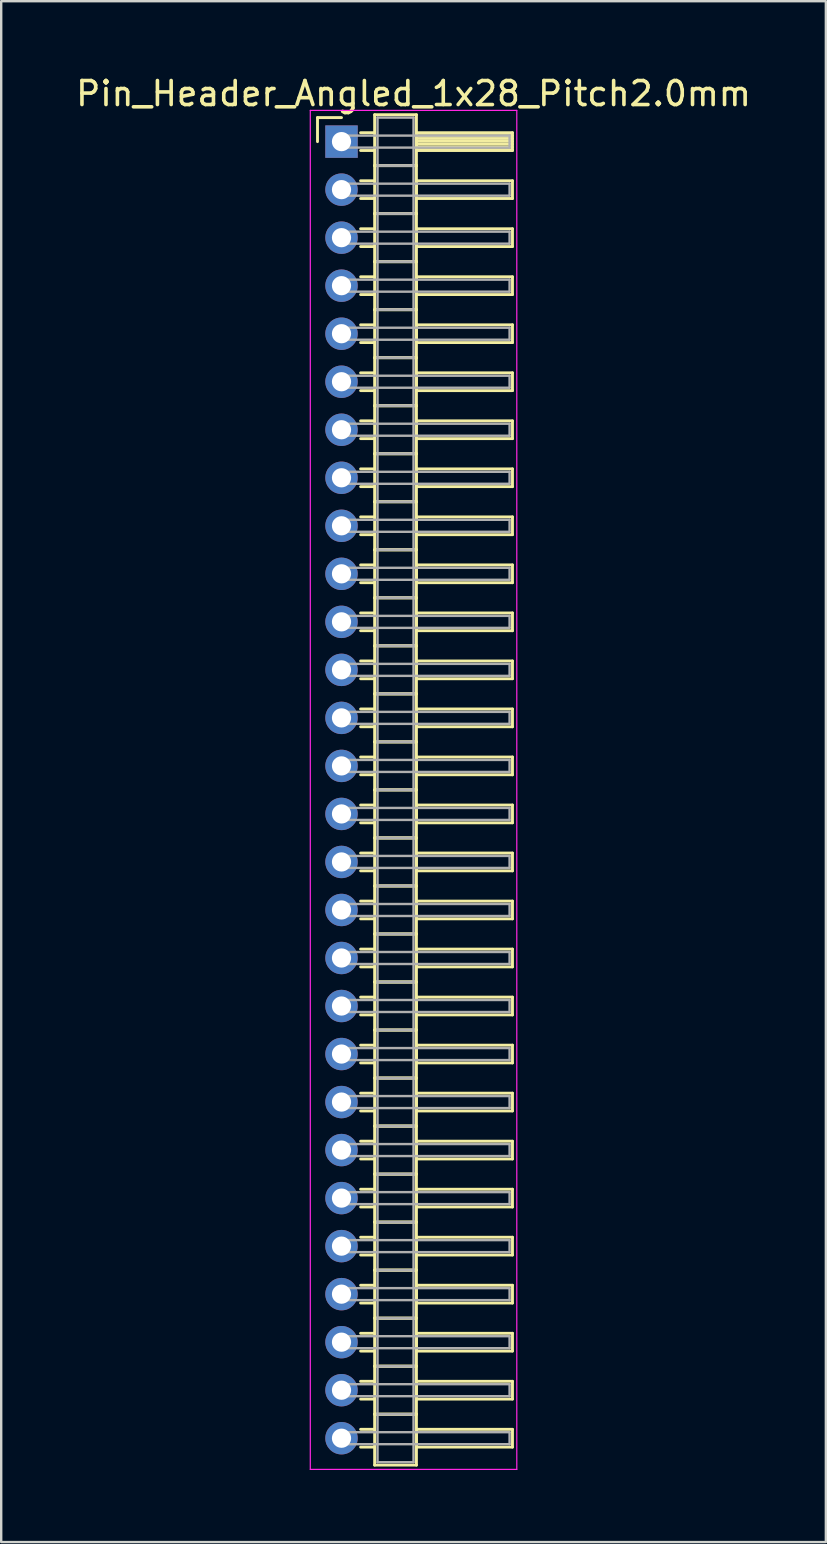
<source format=kicad_pcb>
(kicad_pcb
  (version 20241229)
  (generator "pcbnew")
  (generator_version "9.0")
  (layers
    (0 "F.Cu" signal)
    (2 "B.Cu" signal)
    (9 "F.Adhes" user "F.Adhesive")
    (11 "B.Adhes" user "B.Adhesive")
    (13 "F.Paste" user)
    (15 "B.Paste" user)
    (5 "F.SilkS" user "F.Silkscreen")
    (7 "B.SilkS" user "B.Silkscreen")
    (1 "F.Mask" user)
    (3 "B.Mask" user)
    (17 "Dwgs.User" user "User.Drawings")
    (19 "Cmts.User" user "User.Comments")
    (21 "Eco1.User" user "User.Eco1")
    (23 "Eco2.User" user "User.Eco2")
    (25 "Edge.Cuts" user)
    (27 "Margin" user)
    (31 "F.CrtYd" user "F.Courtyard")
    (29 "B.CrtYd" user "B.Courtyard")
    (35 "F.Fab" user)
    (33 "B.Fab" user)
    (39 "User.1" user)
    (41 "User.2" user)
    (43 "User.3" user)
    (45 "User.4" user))
  (footprint "Pin_Header_Angled_1x28_Pitch2.0mm"
    (layer "F.Cu")
    (at 11.173 2.848)
    (property "Reference" "Pin_Header_Angled_1x28_Pitch2.0mm" (at 3 -2 0) (layer "F.SilkS") (effects (font (size 1 1) (thickness 0.15))))
    (attr through_hole)
    (fp_line (start -1 -1) (end 0 -1) (stroke (width 0.12) (type solid)) (layer "F.SilkS"))
    (fp_line (start -1 0) (end -1 -1) (stroke (width 0.12) (type solid)) (layer "F.SilkS"))
    (fp_line (start 0.795 -0.37) (end 1.38 -0.37) (stroke (width 0.12) (type solid)) (layer "F.SilkS"))
    (fp_line (start 0.795 0.37) (end 1.38 0.37) (stroke (width 0.12) (type solid)) (layer "F.SilkS"))
    (fp_line (start 0.795 1.63) (end 1.38 1.63) (stroke (width 0.12) (type solid)) (layer "F.SilkS"))
    (fp_line (start 0.795 2.37) (end 1.38 2.37) (stroke (width 0.12) (type solid)) (layer "F.SilkS"))
    (fp_line (start 0.795 3.63) (end 1.38 3.63) (stroke (width 0.12) (type solid)) (layer "F.SilkS"))
    (fp_line (start 0.795 4.37) (end 1.38 4.37) (stroke (width 0.12) (type solid)) (layer "F.SilkS"))
    (fp_line (start 0.795 5.63) (end 1.38 5.63) (stroke (width 0.12) (type solid)) (layer "F.SilkS"))
    (fp_line (start 0.795 6.37) (end 1.38 6.37) (stroke (width 0.12) (type solid)) (layer "F.SilkS"))
    (fp_line (start 0.795 7.63) (end 1.38 7.63) (stroke (width 0.12) (type solid)) (layer "F.SilkS"))
    (fp_line (start 0.795 8.37) (end 1.38 8.37) (stroke (width 0.12) (type solid)) (layer "F.SilkS"))
    (fp_line (start 0.795 9.63) (end 1.38 9.63) (stroke (width 0.12) (type solid)) (layer "F.SilkS"))
    (fp_line (start 0.795 10.37) (end 1.38 10.37) (stroke (width 0.12) (type solid)) (layer "F.SilkS"))
    (fp_line (start 0.795 11.63) (end 1.38 11.63) (stroke (width 0.12) (type solid)) (layer "F.SilkS"))
    (fp_line (start 0.795 12.37) (end 1.38 12.37) (stroke (width 0.12) (type solid)) (layer "F.SilkS"))
    (fp_line (start 0.795 13.63) (end 1.38 13.63) (stroke (width 0.12) (type solid)) (layer "F.SilkS"))
    (fp_line (start 0.795 14.37) (end 1.38 14.37) (stroke (width 0.12) (type solid)) (layer "F.SilkS"))
    (fp_line (start 0.795 15.63) (end 1.38 15.63) (stroke (width 0.12) (type solid)) (layer "F.SilkS"))
    (fp_line (start 0.795 16.37) (end 1.38 16.37) (stroke (width 0.12) (type solid)) (layer "F.SilkS"))
    (fp_line (start 0.795 17.63) (end 1.38 17.63) (stroke (width 0.12) (type solid)) (layer "F.SilkS"))
    (fp_line (start 0.795 18.37) (end 1.38 18.37) (stroke (width 0.12) (type solid)) (layer "F.SilkS"))
    (fp_line (start 0.795 19.63) (end 1.38 19.63) (stroke (width 0.12) (type solid)) (layer "F.SilkS"))
    (fp_line (start 0.795 20.37) (end 1.38 20.37) (stroke (width 0.12) (type solid)) (layer "F.SilkS"))
    (fp_line (start 0.795 21.63) (end 1.38 21.63) (stroke (width 0.12) (type solid)) (layer "F.SilkS"))
    (fp_line (start 0.795 22.37) (end 1.38 22.37) (stroke (width 0.12) (type solid)) (layer "F.SilkS"))
    (fp_line (start 0.795 23.63) (end 1.38 23.63) (stroke (width 0.12) (type solid)) (layer "F.SilkS"))
    (fp_line (start 0.795 24.37) (end 1.38 24.37) (stroke (width 0.12) (type solid)) (layer "F.SilkS"))
    (fp_line (start 0.795 25.63) (end 1.38 25.63) (stroke (width 0.12) (type solid)) (layer "F.SilkS"))
    (fp_line (start 0.795 26.37) (end 1.38 26.37) (stroke (width 0.12) (type solid)) (layer "F.SilkS"))
    (fp_line (start 0.795 27.63) (end 1.38 27.63) (stroke (width 0.12) (type solid)) (layer "F.SilkS"))
    (fp_line (start 0.795 28.37) (end 1.38 28.37) (stroke (width 0.12) (type solid)) (layer "F.SilkS"))
    (fp_line (start 0.795 29.63) (end 1.38 29.63) (stroke (width 0.12) (type solid)) (layer "F.SilkS"))
    (fp_line (start 0.795 30.37) (end 1.38 30.37) (stroke (width 0.12) (type solid)) (layer "F.SilkS"))
    (fp_line (start 0.795 31.63) (end 1.38 31.63) (stroke (width 0.12) (type solid)) (layer "F.SilkS"))
    (fp_line (start 0.795 32.37) (end 1.38 32.37) (stroke (width 0.12) (type solid)) (layer "F.SilkS"))
    (fp_line (start 0.795 33.63) (end 1.38 33.63) (stroke (width 0.12) (type solid)) (layer "F.SilkS"))
    (fp_line (start 0.795 34.37) (end 1.38 34.37) (stroke (width 0.12) (type solid)) (layer "F.SilkS"))
    (fp_line (start 0.795 35.63) (end 1.38 35.63) (stroke (width 0.12) (type solid)) (layer "F.SilkS"))
    (fp_line (start 0.795 36.37) (end 1.38 36.37) (stroke (width 0.12) (type solid)) (layer "F.SilkS"))
    (fp_line (start 0.795 37.63) (end 1.38 37.63) (stroke (width 0.12) (type solid)) (layer "F.SilkS"))
    (fp_line (start 0.795 38.37) (end 1.38 38.37) (stroke (width 0.12) (type solid)) (layer "F.SilkS"))
    (fp_line (start 0.795 39.63) (end 1.38 39.63) (stroke (width 0.12) (type solid)) (layer "F.SilkS"))
    (fp_line (start 0.795 40.37) (end 1.38 40.37) (stroke (width 0.12) (type solid)) (layer "F.SilkS"))
    (fp_line (start 0.795 41.63) (end 1.38 41.63) (stroke (width 0.12) (type solid)) (layer "F.SilkS"))
    (fp_line (start 0.795 42.37) (end 1.38 42.37) (stroke (width 0.12) (type solid)) (layer "F.SilkS"))
    (fp_line (start 0.795 43.63) (end 1.38 43.63) (stroke (width 0.12) (type solid)) (layer "F.SilkS"))
    (fp_line (start 0.795 44.37) (end 1.38 44.37) (stroke (width 0.12) (type solid)) (layer "F.SilkS"))
    (fp_line (start 0.795 45.63) (end 1.38 45.63) (stroke (width 0.12) (type solid)) (layer "F.SilkS"))
    (fp_line (start 0.795 46.37) (end 1.38 46.37) (stroke (width 0.12) (type solid)) (layer "F.SilkS"))
    (fp_line (start 0.795 47.63) (end 1.38 47.63) (stroke (width 0.12) (type solid)) (layer "F.SilkS"))
    (fp_line (start 0.795 48.37) (end 1.38 48.37) (stroke (width 0.12) (type solid)) (layer "F.SilkS"))
    (fp_line (start 0.795 49.63) (end 1.38 49.63) (stroke (width 0.12) (type solid)) (layer "F.SilkS"))
    (fp_line (start 0.795 50.37) (end 1.38 50.37) (stroke (width 0.12) (type solid)) (layer "F.SilkS"))
    (fp_line (start 0.795 51.63) (end 1.38 51.63) (stroke (width 0.12) (type solid)) (layer "F.SilkS"))
    (fp_line (start 0.795 52.37) (end 1.38 52.37) (stroke (width 0.12) (type solid)) (layer "F.SilkS"))
    (fp_line (start 0.795 53.63) (end 1.38 53.63) (stroke (width 0.12) (type solid)) (layer "F.SilkS"))
    (fp_line (start 0.795 54.37) (end 1.38 54.37) (stroke (width 0.12) (type solid)) (layer "F.SilkS"))
    (fp_line (start 1.38 -1.12) (end 1.38 1) (stroke (width 0.12) (type solid)) (layer "F.SilkS"))
    (fp_line (start 1.38 1) (end 1.38 3) (stroke (width 0.12) (type solid)) (layer "F.SilkS"))
    (fp_line (start 1.38 1) (end 3.12 1) (stroke (width 0.12) (type solid)) (layer "F.SilkS"))
    (fp_line (start 1.38 3) (end 1.38 5) (stroke (width 0.12) (type solid)) (layer "F.SilkS"))
    (fp_line (start 1.38 3) (end 3.12 3) (stroke (width 0.12) (type solid)) (layer "F.SilkS"))
    (fp_line (start 1.38 5) (end 1.38 7) (stroke (width 0.12) (type solid)) (layer "F.SilkS"))
    (fp_line (start 1.38 5) (end 3.12 5) (stroke (width 0.12) (type solid)) (layer "F.SilkS"))
    (fp_line (start 1.38 7) (end 1.38 9) (stroke (width 0.12) (type solid)) (layer "F.SilkS"))
    (fp_line (start 1.38 7) (end 3.12 7) (stroke (width 0.12) (type solid)) (layer "F.SilkS"))
    (fp_line (start 1.38 9) (end 1.38 11) (stroke (width 0.12) (type solid)) (layer "F.SilkS"))
    (fp_line (start 1.38 9) (end 3.12 9) (stroke (width 0.12) (type solid)) (layer "F.SilkS"))
    (fp_line (start 1.38 11) (end 1.38 13) (stroke (width 0.12) (type solid)) (layer "F.SilkS"))
    (fp_line (start 1.38 11) (end 3.12 11) (stroke (width 0.12) (type solid)) (layer "F.SilkS"))
    (fp_line (start 1.38 13) (end 1.38 15) (stroke (width 0.12) (type solid)) (layer "F.SilkS"))
    (fp_line (start 1.38 13) (end 3.12 13) (stroke (width 0.12) (type solid)) (layer "F.SilkS"))
    (fp_line (start 1.38 15) (end 1.38 17) (stroke (width 0.12) (type solid)) (layer "F.SilkS"))
    (fp_line (start 1.38 15) (end 3.12 15) (stroke (width 0.12) (type solid)) (layer "F.SilkS"))
    (fp_line (start 1.38 17) (end 1.38 19) (stroke (width 0.12) (type solid)) (layer "F.SilkS"))
    (fp_line (start 1.38 17) (end 3.12 17) (stroke (width 0.12) (type solid)) (layer "F.SilkS"))
    (fp_line (start 1.38 19) (end 1.38 21) (stroke (width 0.12) (type solid)) (layer "F.SilkS"))
    (fp_line (start 1.38 19) (end 3.12 19) (stroke (width 0.12) (type solid)) (layer "F.SilkS"))
    (fp_line (start 1.38 21) (end 1.38 23) (stroke (width 0.12) (type solid)) (layer "F.SilkS"))
    (fp_line (start 1.38 21) (end 3.12 21) (stroke (width 0.12) (type solid)) (layer "F.SilkS"))
    (fp_line (start 1.38 23) (end 1.38 25) (stroke (width 0.12) (type solid)) (layer "F.SilkS"))
    (fp_line (start 1.38 23) (end 3.12 23) (stroke (width 0.12) (type solid)) (layer "F.SilkS"))
    (fp_line (start 1.38 25) (end 1.38 27) (stroke (width 0.12) (type solid)) (layer "F.SilkS"))
    (fp_line (start 1.38 25) (end 3.12 25) (stroke (width 0.12) (type solid)) (layer "F.SilkS"))
    (fp_line (start 1.38 27) (end 1.38 29) (stroke (width 0.12) (type solid)) (layer "F.SilkS"))
    (fp_line (start 1.38 27) (end 3.12 27) (stroke (width 0.12) (type solid)) (layer "F.SilkS"))
    (fp_line (start 1.38 29) (end 1.38 31) (stroke (width 0.12) (type solid)) (layer "F.SilkS"))
    (fp_line (start 1.38 29) (end 3.12 29) (stroke (width 0.12) (type solid)) (layer "F.SilkS"))
    (fp_line (start 1.38 31) (end 1.38 33) (stroke (width 0.12) (type solid)) (layer "F.SilkS"))
    (fp_line (start 1.38 31) (end 3.12 31) (stroke (width 0.12) (type solid)) (layer "F.SilkS"))
    (fp_line (start 1.38 33) (end 1.38 35) (stroke (width 0.12) (type solid)) (layer "F.SilkS"))
    (fp_line (start 1.38 33) (end 3.12 33) (stroke (width 0.12) (type solid)) (layer "F.SilkS"))
    (fp_line (start 1.38 35) (end 1.38 37) (stroke (width 0.12) (type solid)) (layer "F.SilkS"))
    (fp_line (start 1.38 35) (end 3.12 35) (stroke (width 0.12) (type solid)) (layer "F.SilkS"))
    (fp_line (start 1.38 37) (end 1.38 39) (stroke (width 0.12) (type solid)) (layer "F.SilkS"))
    (fp_line (start 1.38 37) (end 3.12 37) (stroke (width 0.12) (type solid)) (layer "F.SilkS"))
    (fp_line (start 1.38 39) (end 1.38 41) (stroke (width 0.12) (type solid)) (layer "F.SilkS"))
    (fp_line (start 1.38 39) (end 3.12 39) (stroke (width 0.12) (type solid)) (layer "F.SilkS"))
    (fp_line (start 1.38 41) (end 1.38 43) (stroke (width 0.12) (type solid)) (layer "F.SilkS"))
    (fp_line (start 1.38 41) (end 3.12 41) (stroke (width 0.12) (type solid)) (layer "F.SilkS"))
    (fp_line (start 1.38 43) (end 1.38 45) (stroke (width 0.12) (type solid)) (layer "F.SilkS"))
    (fp_line (start 1.38 43) (end 3.12 43) (stroke (width 0.12) (type solid)) (layer "F.SilkS"))
    (fp_line (start 1.38 45) (end 1.38 47) (stroke (width 0.12) (type solid)) (layer "F.SilkS"))
    (fp_line (start 1.38 45) (end 3.12 45) (stroke (width 0.12) (type solid)) (layer "F.SilkS"))
    (fp_line (start 1.38 47) (end 1.38 49) (stroke (width 0.12) (type solid)) (layer "F.SilkS"))
    (fp_line (start 1.38 47) (end 3.12 47) (stroke (width 0.12) (type solid)) (layer "F.SilkS"))
    (fp_line (start 1.38 49) (end 1.38 51) (stroke (width 0.12) (type solid)) (layer "F.SilkS"))
    (fp_line (start 1.38 49) (end 3.12 49) (stroke (width 0.12) (type solid)) (layer "F.SilkS"))
    (fp_line (start 1.38 51) (end 1.38 53) (stroke (width 0.12) (type solid)) (layer "F.SilkS"))
    (fp_line (start 1.38 51) (end 3.12 51) (stroke (width 0.12) (type solid)) (layer "F.SilkS"))
    (fp_line (start 1.38 53) (end 1.38 55.12) (stroke (width 0.12) (type solid)) (layer "F.SilkS"))
    (fp_line (start 1.38 53) (end 3.12 53) (stroke (width 0.12) (type solid)) (layer "F.SilkS"))
    (fp_line (start 1.38 55.12) (end 3.12 55.12) (stroke (width 0.12) (type solid)) (layer "F.SilkS"))
    (fp_line (start 3.12 -1.12) (end 1.38 -1.12) (stroke (width 0.12) (type solid)) (layer "F.SilkS"))
    (fp_line (start 3.12 -0.37) (end 3.12 0.37) (stroke (width 0.12) (type solid)) (layer "F.SilkS"))
    (fp_line (start 3.12 -0.25) (end 7.12 -0.25) (stroke (width 0.12) (type solid)) (layer "F.SilkS"))
    (fp_line (start 3.12 -0.13) (end 7.12 -0.13) (stroke (width 0.12) (type solid)) (layer "F.SilkS"))
    (fp_line (start 3.12 -0.01) (end 7.12 -0.01) (stroke (width 0.12) (type solid)) (layer "F.SilkS"))
    (fp_line (start 3.12 0.11) (end 7.12 0.11) (stroke (width 0.12) (type solid)) (layer "F.SilkS"))
    (fp_line (start 3.12 0.23) (end 7.12 0.23) (stroke (width 0.12) (type solid)) (layer "F.SilkS"))
    (fp_line (start 3.12 0.35) (end 7.12 0.35) (stroke (width 0.12) (type solid)) (layer "F.SilkS"))
    (fp_line (start 3.12 0.37) (end 7.12 0.37) (stroke (width 0.12) (type solid)) (layer "F.SilkS"))
    (fp_line (start 3.12 1) (end 1.38 1) (stroke (width 0.12) (type solid)) (layer "F.SilkS"))
    (fp_line (start 3.12 1) (end 3.12 -1.12) (stroke (width 0.12) (type solid)) (layer "F.SilkS"))
    (fp_line (start 3.12 1.63) (end 3.12 2.37) (stroke (width 0.12) (type solid)) (layer "F.SilkS"))
    (fp_line (start 3.12 2.37) (end 7.12 2.37) (stroke (width 0.12) (type solid)) (layer "F.SilkS"))
    (fp_line (start 3.12 3) (end 1.38 3) (stroke (width 0.12) (type solid)) (layer "F.SilkS"))
    (fp_line (start 3.12 3) (end 3.12 1) (stroke (width 0.12) (type solid)) (layer "F.SilkS"))
    (fp_line (start 3.12 3.63) (end 3.12 4.37) (stroke (width 0.12) (type solid)) (layer "F.SilkS"))
    (fp_line (start 3.12 4.37) (end 7.12 4.37) (stroke (width 0.12) (type solid)) (layer "F.SilkS"))
    (fp_line (start 3.12 5) (end 1.38 5) (stroke (width 0.12) (type solid)) (layer "F.SilkS"))
    (fp_line (start 3.12 5) (end 3.12 3) (stroke (width 0.12) (type solid)) (layer "F.SilkS"))
    (fp_line (start 3.12 5.63) (end 3.12 6.37) (stroke (width 0.12) (type solid)) (layer "F.SilkS"))
    (fp_line (start 3.12 6.37) (end 7.12 6.37) (stroke (width 0.12) (type solid)) (layer "F.SilkS"))
    (fp_line (start 3.12 7) (end 1.38 7) (stroke (width 0.12) (type solid)) (layer "F.SilkS"))
    (fp_line (start 3.12 7) (end 3.12 5) (stroke (width 0.12) (type solid)) (layer "F.SilkS"))
    (fp_line (start 3.12 7.63) (end 3.12 8.37) (stroke (width 0.12) (type solid)) (layer "F.SilkS"))
    (fp_line (start 3.12 8.37) (end 7.12 8.37) (stroke (width 0.12) (type solid)) (layer "F.SilkS"))
    (fp_line (start 3.12 9) (end 1.38 9) (stroke (width 0.12) (type solid)) (layer "F.SilkS"))
    (fp_line (start 3.12 9) (end 3.12 7) (stroke (width 0.12) (type solid)) (layer "F.SilkS"))
    (fp_line (start 3.12 9.63) (end 3.12 10.37) (stroke (width 0.12) (type solid)) (layer "F.SilkS"))
    (fp_line (start 3.12 10.37) (end 7.12 10.37) (stroke (width 0.12) (type solid)) (layer "F.SilkS"))
    (fp_line (start 3.12 11) (end 1.38 11) (stroke (width 0.12) (type solid)) (layer "F.SilkS"))
    (fp_line (start 3.12 11) (end 3.12 9) (stroke (width 0.12) (type solid)) (layer "F.SilkS"))
    (fp_line (start 3.12 11.63) (end 3.12 12.37) (stroke (width 0.12) (type solid)) (layer "F.SilkS"))
    (fp_line (start 3.12 12.37) (end 7.12 12.37) (stroke (width 0.12) (type solid)) (layer "F.SilkS"))
    (fp_line (start 3.12 13) (end 1.38 13) (stroke (width 0.12) (type solid)) (layer "F.SilkS"))
    (fp_line (start 3.12 13) (end 3.12 11) (stroke (width 0.12) (type solid)) (layer "F.SilkS"))
    (fp_line (start 3.12 13.63) (end 3.12 14.37) (stroke (width 0.12) (type solid)) (layer "F.SilkS"))
    (fp_line (start 3.12 14.37) (end 7.12 14.37) (stroke (width 0.12) (type solid)) (layer "F.SilkS"))
    (fp_line (start 3.12 15) (end 1.38 15) (stroke (width 0.12) (type solid)) (layer "F.SilkS"))
    (fp_line (start 3.12 15) (end 3.12 13) (stroke (width 0.12) (type solid)) (layer "F.SilkS"))
    (fp_line (start 3.12 15.63) (end 3.12 16.37) (stroke (width 0.12) (type solid)) (layer "F.SilkS"))
    (fp_line (start 3.12 16.37) (end 7.12 16.37) (stroke (width 0.12) (type solid)) (layer "F.SilkS"))
    (fp_line (start 3.12 17) (end 1.38 17) (stroke (width 0.12) (type solid)) (layer "F.SilkS"))
    (fp_line (start 3.12 17) (end 3.12 15) (stroke (width 0.12) (type solid)) (layer "F.SilkS"))
    (fp_line (start 3.12 17.63) (end 3.12 18.37) (stroke (width 0.12) (type solid)) (layer "F.SilkS"))
    (fp_line (start 3.12 18.37) (end 7.12 18.37) (stroke (width 0.12) (type solid)) (layer "F.SilkS"))
    (fp_line (start 3.12 19) (end 1.38 19) (stroke (width 0.12) (type solid)) (layer "F.SilkS"))
    (fp_line (start 3.12 19) (end 3.12 17) (stroke (width 0.12) (type solid)) (layer "F.SilkS"))
    (fp_line (start 3.12 19.63) (end 3.12 20.37) (stroke (width 0.12) (type solid)) (layer "F.SilkS"))
    (fp_line (start 3.12 20.37) (end 7.12 20.37) (stroke (width 0.12) (type solid)) (layer "F.SilkS"))
    (fp_line (start 3.12 21) (end 1.38 21) (stroke (width 0.12) (type solid)) (layer "F.SilkS"))
    (fp_line (start 3.12 21) (end 3.12 19) (stroke (width 0.12) (type solid)) (layer "F.SilkS"))
    (fp_line (start 3.12 21.63) (end 3.12 22.37) (stroke (width 0.12) (type solid)) (layer "F.SilkS"))
    (fp_line (start 3.12 22.37) (end 7.12 22.37) (stroke (width 0.12) (type solid)) (layer "F.SilkS"))
    (fp_line (start 3.12 23) (end 1.38 23) (stroke (width 0.12) (type solid)) (layer "F.SilkS"))
    (fp_line (start 3.12 23) (end 3.12 21) (stroke (width 0.12) (type solid)) (layer "F.SilkS"))
    (fp_line (start 3.12 23.63) (end 3.12 24.37) (stroke (width 0.12) (type solid)) (layer "F.SilkS"))
    (fp_line (start 3.12 24.37) (end 7.12 24.37) (stroke (width 0.12) (type solid)) (layer "F.SilkS"))
    (fp_line (start 3.12 25) (end 1.38 25) (stroke (width 0.12) (type solid)) (layer "F.SilkS"))
    (fp_line (start 3.12 25) (end 3.12 23) (stroke (width 0.12) (type solid)) (layer "F.SilkS"))
    (fp_line (start 3.12 25.63) (end 3.12 26.37) (stroke (width 0.12) (type solid)) (layer "F.SilkS"))
    (fp_line (start 3.12 26.37) (end 7.12 26.37) (stroke (width 0.12) (type solid)) (layer "F.SilkS"))
    (fp_line (start 3.12 27) (end 1.38 27) (stroke (width 0.12) (type solid)) (layer "F.SilkS"))
    (fp_line (start 3.12 27) (end 3.12 25) (stroke (width 0.12) (type solid)) (layer "F.SilkS"))
    (fp_line (start 3.12 27.63) (end 3.12 28.37) (stroke (width 0.12) (type solid)) (layer "F.SilkS"))
    (fp_line (start 3.12 28.37) (end 7.12 28.37) (stroke (width 0.12) (type solid)) (layer "F.SilkS"))
    (fp_line (start 3.12 29) (end 1.38 29) (stroke (width 0.12) (type solid)) (layer "F.SilkS"))
    (fp_line (start 3.12 29) (end 3.12 27) (stroke (width 0.12) (type solid)) (layer "F.SilkS"))
    (fp_line (start 3.12 29.63) (end 3.12 30.37) (stroke (width 0.12) (type solid)) (layer "F.SilkS"))
    (fp_line (start 3.12 30.37) (end 7.12 30.37) (stroke (width 0.12) (type solid)) (layer "F.SilkS"))
    (fp_line (start 3.12 31) (end 1.38 31) (stroke (width 0.12) (type solid)) (layer "F.SilkS"))
    (fp_line (start 3.12 31) (end 3.12 29) (stroke (width 0.12) (type solid)) (layer "F.SilkS"))
    (fp_line (start 3.12 31.63) (end 3.12 32.37) (stroke (width 0.12) (type solid)) (layer "F.SilkS"))
    (fp_line (start 3.12 32.37) (end 7.12 32.37) (stroke (width 0.12) (type solid)) (layer "F.SilkS"))
    (fp_line (start 3.12 33) (end 1.38 33) (stroke (width 0.12) (type solid)) (layer "F.SilkS"))
    (fp_line (start 3.12 33) (end 3.12 31) (stroke (width 0.12) (type solid)) (layer "F.SilkS"))
    (fp_line (start 3.12 33.63) (end 3.12 34.37) (stroke (width 0.12) (type solid)) (layer "F.SilkS"))
    (fp_line (start 3.12 34.37) (end 7.12 34.37) (stroke (width 0.12) (type solid)) (layer "F.SilkS"))
    (fp_line (start 3.12 35) (end 1.38 35) (stroke (width 0.12) (type solid)) (layer "F.SilkS"))
    (fp_line (start 3.12 35) (end 3.12 33) (stroke (width 0.12) (type solid)) (layer "F.SilkS"))
    (fp_line (start 3.12 35.63) (end 3.12 36.37) (stroke (width 0.12) (type solid)) (layer "F.SilkS"))
    (fp_line (start 3.12 36.37) (end 7.12 36.37) (stroke (width 0.12) (type solid)) (layer "F.SilkS"))
    (fp_line (start 3.12 37) (end 1.38 37) (stroke (width 0.12) (type solid)) (layer "F.SilkS"))
    (fp_line (start 3.12 37) (end 3.12 35) (stroke (width 0.12) (type solid)) (layer "F.SilkS"))
    (fp_line (start 3.12 37.63) (end 3.12 38.37) (stroke (width 0.12) (type solid)) (layer "F.SilkS"))
    (fp_line (start 3.12 38.37) (end 7.12 38.37) (stroke (width 0.12) (type solid)) (layer "F.SilkS"))
    (fp_line (start 3.12 39) (end 1.38 39) (stroke (width 0.12) (type solid)) (layer "F.SilkS"))
    (fp_line (start 3.12 39) (end 3.12 37) (stroke (width 0.12) (type solid)) (layer "F.SilkS"))
    (fp_line (start 3.12 39.63) (end 3.12 40.37) (stroke (width 0.12) (type solid)) (layer "F.SilkS"))
    (fp_line (start 3.12 40.37) (end 7.12 40.37) (stroke (width 0.12) (type solid)) (layer "F.SilkS"))
    (fp_line (start 3.12 41) (end 1.38 41) (stroke (width 0.12) (type solid)) (layer "F.SilkS"))
    (fp_line (start 3.12 41) (end 3.12 39) (stroke (width 0.12) (type solid)) (layer "F.SilkS"))
    (fp_line (start 3.12 41.63) (end 3.12 42.37) (stroke (width 0.12) (type solid)) (layer "F.SilkS"))
    (fp_line (start 3.12 42.37) (end 7.12 42.37) (stroke (width 0.12) (type solid)) (layer "F.SilkS"))
    (fp_line (start 3.12 43) (end 1.38 43) (stroke (width 0.12) (type solid)) (layer "F.SilkS"))
    (fp_line (start 3.12 43) (end 3.12 41) (stroke (width 0.12) (type solid)) (layer "F.SilkS"))
    (fp_line (start 3.12 43.63) (end 3.12 44.37) (stroke (width 0.12) (type solid)) (layer "F.SilkS"))
    (fp_line (start 3.12 44.37) (end 7.12 44.37) (stroke (width 0.12) (type solid)) (layer "F.SilkS"))
    (fp_line (start 3.12 45) (end 1.38 45) (stroke (width 0.12) (type solid)) (layer "F.SilkS"))
    (fp_line (start 3.12 45) (end 3.12 43) (stroke (width 0.12) (type solid)) (layer "F.SilkS"))
    (fp_line (start 3.12 45.63) (end 3.12 46.37) (stroke (width 0.12) (type solid)) (layer "F.SilkS"))
    (fp_line (start 3.12 46.37) (end 7.12 46.37) (stroke (width 0.12) (type solid)) (layer "F.SilkS"))
    (fp_line (start 3.12 47) (end 1.38 47) (stroke (width 0.12) (type solid)) (layer "F.SilkS"))
    (fp_line (start 3.12 47) (end 3.12 45) (stroke (width 0.12) (type solid)) (layer "F.SilkS"))
    (fp_line (start 3.12 47.63) (end 3.12 48.37) (stroke (width 0.12) (type solid)) (layer "F.SilkS"))
    (fp_line (start 3.12 48.37) (end 7.12 48.37) (stroke (width 0.12) (type solid)) (layer "F.SilkS"))
    (fp_line (start 3.12 49) (end 1.38 49) (stroke (width 0.12) (type solid)) (layer "F.SilkS"))
    (fp_line (start 3.12 49) (end 3.12 47) (stroke (width 0.12) (type solid)) (layer "F.SilkS"))
    (fp_line (start 3.12 49.63) (end 3.12 50.37) (stroke (width 0.12) (type solid)) (layer "F.SilkS"))
    (fp_line (start 3.12 50.37) (end 7.12 50.37) (stroke (width 0.12) (type solid)) (layer "F.SilkS"))
    (fp_line (start 3.12 51) (end 1.38 51) (stroke (width 0.12) (type solid)) (layer "F.SilkS"))
    (fp_line (start 3.12 51) (end 3.12 49) (stroke (width 0.12) (type solid)) (layer "F.SilkS"))
    (fp_line (start 3.12 51.63) (end 3.12 52.37) (stroke (width 0.12) (type solid)) (layer "F.SilkS"))
    (fp_line (start 3.12 52.37) (end 7.12 52.37) (stroke (width 0.12) (type solid)) (layer "F.SilkS"))
    (fp_line (start 3.12 53) (end 1.38 53) (stroke (width 0.12) (type solid)) (layer "F.SilkS"))
    (fp_line (start 3.12 53) (end 3.12 51) (stroke (width 0.12) (type solid)) (layer "F.SilkS"))
    (fp_line (start 3.12 53.63) (end 3.12 54.37) (stroke (width 0.12) (type solid)) (layer "F.SilkS"))
    (fp_line (start 3.12 54.37) (end 7.12 54.37) (stroke (width 0.12) (type solid)) (layer "F.SilkS"))
    (fp_line (start 3.12 55.12) (end 3.12 53) (stroke (width 0.12) (type solid)) (layer "F.SilkS"))
    (fp_line (start 7.12 -0.37) (end 3.12 -0.37) (stroke (width 0.12) (type solid)) (layer "F.SilkS"))
    (fp_line (start 7.12 0.37) (end 7.12 -0.37) (stroke (width 0.12) (type solid)) (layer "F.SilkS"))
    (fp_line (start 7.12 1.63) (end 3.12 1.63) (stroke (width 0.12) (type solid)) (layer "F.SilkS"))
    (fp_line (start 7.12 2.37) (end 7.12 1.63) (stroke (width 0.12) (type solid)) (layer "F.SilkS"))
    (fp_line (start 7.12 3.63) (end 3.12 3.63) (stroke (width 0.12) (type solid)) (layer "F.SilkS"))
    (fp_line (start 7.12 4.37) (end 7.12 3.63) (stroke (width 0.12) (type solid)) (layer "F.SilkS"))
    (fp_line (start 7.12 5.63) (end 3.12 5.63) (stroke (width 0.12) (type solid)) (layer "F.SilkS"))
    (fp_line (start 7.12 6.37) (end 7.12 5.63) (stroke (width 0.12) (type solid)) (layer "F.SilkS"))
    (fp_line (start 7.12 7.63) (end 3.12 7.63) (stroke (width 0.12) (type solid)) (layer "F.SilkS"))
    (fp_line (start 7.12 8.37) (end 7.12 7.63) (stroke (width 0.12) (type solid)) (layer "F.SilkS"))
    (fp_line (start 7.12 9.63) (end 3.12 9.63) (stroke (width 0.12) (type solid)) (layer "F.SilkS"))
    (fp_line (start 7.12 10.37) (end 7.12 9.63) (stroke (width 0.12) (type solid)) (layer "F.SilkS"))
    (fp_line (start 7.12 11.63) (end 3.12 11.63) (stroke (width 0.12) (type solid)) (layer "F.SilkS"))
    (fp_line (start 7.12 12.37) (end 7.12 11.63) (stroke (width 0.12) (type solid)) (layer "F.SilkS"))
    (fp_line (start 7.12 13.63) (end 3.12 13.63) (stroke (width 0.12) (type solid)) (layer "F.SilkS"))
    (fp_line (start 7.12 14.37) (end 7.12 13.63) (stroke (width 0.12) (type solid)) (layer "F.SilkS"))
    (fp_line (start 7.12 15.63) (end 3.12 15.63) (stroke (width 0.12) (type solid)) (layer "F.SilkS"))
    (fp_line (start 7.12 16.37) (end 7.12 15.63) (stroke (width 0.12) (type solid)) (layer "F.SilkS"))
    (fp_line (start 7.12 17.63) (end 3.12 17.63) (stroke (width 0.12) (type solid)) (layer "F.SilkS"))
    (fp_line (start 7.12 18.37) (end 7.12 17.63) (stroke (width 0.12) (type solid)) (layer "F.SilkS"))
    (fp_line (start 7.12 19.63) (end 3.12 19.63) (stroke (width 0.12) (type solid)) (layer "F.SilkS"))
    (fp_line (start 7.12 20.37) (end 7.12 19.63) (stroke (width 0.12) (type solid)) (layer "F.SilkS"))
    (fp_line (start 7.12 21.63) (end 3.12 21.63) (stroke (width 0.12) (type solid)) (layer "F.SilkS"))
    (fp_line (start 7.12 22.37) (end 7.12 21.63) (stroke (width 0.12) (type solid)) (layer "F.SilkS"))
    (fp_line (start 7.12 23.63) (end 3.12 23.63) (stroke (width 0.12) (type solid)) (layer "F.SilkS"))
    (fp_line (start 7.12 24.37) (end 7.12 23.63) (stroke (width 0.12) (type solid)) (layer "F.SilkS"))
    (fp_line (start 7.12 25.63) (end 3.12 25.63) (stroke (width 0.12) (type solid)) (layer "F.SilkS"))
    (fp_line (start 7.12 26.37) (end 7.12 25.63) (stroke (width 0.12) (type solid)) (layer "F.SilkS"))
    (fp_line (start 7.12 27.63) (end 3.12 27.63) (stroke (width 0.12) (type solid)) (layer "F.SilkS"))
    (fp_line (start 7.12 28.37) (end 7.12 27.63) (stroke (width 0.12) (type solid)) (layer "F.SilkS"))
    (fp_line (start 7.12 29.63) (end 3.12 29.63) (stroke (width 0.12) (type solid)) (layer "F.SilkS"))
    (fp_line (start 7.12 30.37) (end 7.12 29.63) (stroke (width 0.12) (type solid)) (layer "F.SilkS"))
    (fp_line (start 7.12 31.63) (end 3.12 31.63) (stroke (width 0.12) (type solid)) (layer "F.SilkS"))
    (fp_line (start 7.12 32.37) (end 7.12 31.63) (stroke (width 0.12) (type solid)) (layer "F.SilkS"))
    (fp_line (start 7.12 33.63) (end 3.12 33.63) (stroke (width 0.12) (type solid)) (layer "F.SilkS"))
    (fp_line (start 7.12 34.37) (end 7.12 33.63) (stroke (width 0.12) (type solid)) (layer "F.SilkS"))
    (fp_line (start 7.12 35.63) (end 3.12 35.63) (stroke (width 0.12) (type solid)) (layer "F.SilkS"))
    (fp_line (start 7.12 36.37) (end 7.12 35.63) (stroke (width 0.12) (type solid)) (layer "F.SilkS"))
    (fp_line (start 7.12 37.63) (end 3.12 37.63) (stroke (width 0.12) (type solid)) (layer "F.SilkS"))
    (fp_line (start 7.12 38.37) (end 7.12 37.63) (stroke (width 0.12) (type solid)) (layer "F.SilkS"))
    (fp_line (start 7.12 39.63) (end 3.12 39.63) (stroke (width 0.12) (type solid)) (layer "F.SilkS"))
    (fp_line (start 7.12 40.37) (end 7.12 39.63) (stroke (width 0.12) (type solid)) (layer "F.SilkS"))
    (fp_line (start 7.12 41.63) (end 3.12 41.63) (stroke (width 0.12) (type solid)) (layer "F.SilkS"))
    (fp_line (start 7.12 42.37) (end 7.12 41.63) (stroke (width 0.12) (type solid)) (layer "F.SilkS"))
    (fp_line (start 7.12 43.63) (end 3.12 43.63) (stroke (width 0.12) (type solid)) (layer "F.SilkS"))
    (fp_line (start 7.12 44.37) (end 7.12 43.63) (stroke (width 0.12) (type solid)) (layer "F.SilkS"))
    (fp_line (start 7.12 45.63) (end 3.12 45.63) (stroke (width 0.12) (type solid)) (layer "F.SilkS"))
    (fp_line (start 7.12 46.37) (end 7.12 45.63) (stroke (width 0.12) (type solid)) (layer "F.SilkS"))
    (fp_line (start 7.12 47.63) (end 3.12 47.63) (stroke (width 0.12) (type solid)) (layer "F.SilkS"))
    (fp_line (start 7.12 48.37) (end 7.12 47.63) (stroke (width 0.12) (type solid)) (layer "F.SilkS"))
    (fp_line (start 7.12 49.63) (end 3.12 49.63) (stroke (width 0.12) (type solid)) (layer "F.SilkS"))
    (fp_line (start 7.12 50.37) (end 7.12 49.63) (stroke (width 0.12) (type solid)) (layer "F.SilkS"))
    (fp_line (start 7.12 51.63) (end 3.12 51.63) (stroke (width 0.12) (type solid)) (layer "F.SilkS"))
    (fp_line (start 7.12 52.37) (end 7.12 51.63) (stroke (width 0.12) (type solid)) (layer "F.SilkS"))
    (fp_line (start 7.12 53.63) (end 3.12 53.63) (stroke (width 0.12) (type solid)) (layer "F.SilkS"))
    (fp_line (start 7.12 54.37) (end 7.12 53.63) (stroke (width 0.12) (type solid)) (layer "F.SilkS"))
    (fp_line (start -1.3 -1.3) (end -1.3 55.3) (stroke (width 0.05) (type solid)) (layer "F.CrtYd"))
    (fp_line (start -1.3 55.3) (end 7.3 55.3) (stroke (width 0.05) (type solid)) (layer "F.CrtYd"))
    (fp_line (start 7.3 -1.3) (end -1.3 -1.3) (stroke (width 0.05) (type solid)) (layer "F.CrtYd"))
    (fp_line (start 7.3 55.3) (end 7.3 -1.3) (stroke (width 0.05) (type solid)) (layer "F.CrtYd"))
    (fp_line (start 0 -0.25) (end 0 0.25) (stroke (width 0.1) (type solid)) (layer "F.Fab"))
    (fp_line (start 0 0.25) (end 7 0.25) (stroke (width 0.1) (type solid)) (layer "F.Fab"))
    (fp_line (start 0 1.75) (end 0 2.25) (stroke (width 0.1) (type solid)) (layer "F.Fab"))
    (fp_line (start 0 2.25) (end 7 2.25) (stroke (width 0.1) (type solid)) (layer "F.Fab"))
    (fp_line (start 0 3.75) (end 0 4.25) (stroke (width 0.1) (type solid)) (layer "F.Fab"))
    (fp_line (start 0 4.25) (end 7 4.25) (stroke (width 0.1) (type solid)) (layer "F.Fab"))
    (fp_line (start 0 5.75) (end 0 6.25) (stroke (width 0.1) (type solid)) (layer "F.Fab"))
    (fp_line (start 0 6.25) (end 7 6.25) (stroke (width 0.1) (type solid)) (layer "F.Fab"))
    (fp_line (start 0 7.75) (end 0 8.25) (stroke (width 0.1) (type solid)) (layer "F.Fab"))
    (fp_line (start 0 8.25) (end 7 8.25) (stroke (width 0.1) (type solid)) (layer "F.Fab"))
    (fp_line (start 0 9.75) (end 0 10.25) (stroke (width 0.1) (type solid)) (layer "F.Fab"))
    (fp_line (start 0 10.25) (end 7 10.25) (stroke (width 0.1) (type solid)) (layer "F.Fab"))
    (fp_line (start 0 11.75) (end 0 12.25) (stroke (width 0.1) (type solid)) (layer "F.Fab"))
    (fp_line (start 0 12.25) (end 7 12.25) (stroke (width 0.1) (type solid)) (layer "F.Fab"))
    (fp_line (start 0 13.75) (end 0 14.25) (stroke (width 0.1) (type solid)) (layer "F.Fab"))
    (fp_line (start 0 14.25) (end 7 14.25) (stroke (width 0.1) (type solid)) (layer "F.Fab"))
    (fp_line (start 0 15.75) (end 0 16.25) (stroke (width 0.1) (type solid)) (layer "F.Fab"))
    (fp_line (start 0 16.25) (end 7 16.25) (stroke (width 0.1) (type solid)) (layer "F.Fab"))
    (fp_line (start 0 17.75) (end 0 18.25) (stroke (width 0.1) (type solid)) (layer "F.Fab"))
    (fp_line (start 0 18.25) (end 7 18.25) (stroke (width 0.1) (type solid)) (layer "F.Fab"))
    (fp_line (start 0 19.75) (end 0 20.25) (stroke (width 0.1) (type solid)) (layer "F.Fab"))
    (fp_line (start 0 20.25) (end 7 20.25) (stroke (width 0.1) (type solid)) (layer "F.Fab"))
    (fp_line (start 0 21.75) (end 0 22.25) (stroke (width 0.1) (type solid)) (layer "F.Fab"))
    (fp_line (start 0 22.25) (end 7 22.25) (stroke (width 0.1) (type solid)) (layer "F.Fab"))
    (fp_line (start 0 23.75) (end 0 24.25) (stroke (width 0.1) (type solid)) (layer "F.Fab"))
    (fp_line (start 0 24.25) (end 7 24.25) (stroke (width 0.1) (type solid)) (layer "F.Fab"))
    (fp_line (start 0 25.75) (end 0 26.25) (stroke (width 0.1) (type solid)) (layer "F.Fab"))
    (fp_line (start 0 26.25) (end 7 26.25) (stroke (width 0.1) (type solid)) (layer "F.Fab"))
    (fp_line (start 0 27.75) (end 0 28.25) (stroke (width 0.1) (type solid)) (layer "F.Fab"))
    (fp_line (start 0 28.25) (end 7 28.25) (stroke (width 0.1) (type solid)) (layer "F.Fab"))
    (fp_line (start 0 29.75) (end 0 30.25) (stroke (width 0.1) (type solid)) (layer "F.Fab"))
    (fp_line (start 0 30.25) (end 7 30.25) (stroke (width 0.1) (type solid)) (layer "F.Fab"))
    (fp_line (start 0 31.75) (end 0 32.25) (stroke (width 0.1) (type solid)) (layer "F.Fab"))
    (fp_line (start 0 32.25) (end 7 32.25) (stroke (width 0.1) (type solid)) (layer "F.Fab"))
    (fp_line (start 0 33.75) (end 0 34.25) (stroke (width 0.1) (type solid)) (layer "F.Fab"))
    (fp_line (start 0 34.25) (end 7 34.25) (stroke (width 0.1) (type solid)) (layer "F.Fab"))
    (fp_line (start 0 35.75) (end 0 36.25) (stroke (width 0.1) (type solid)) (layer "F.Fab"))
    (fp_line (start 0 36.25) (end 7 36.25) (stroke (width 0.1) (type solid)) (layer "F.Fab"))
    (fp_line (start 0 37.75) (end 0 38.25) (stroke (width 0.1) (type solid)) (layer "F.Fab"))
    (fp_line (start 0 38.25) (end 7 38.25) (stroke (width 0.1) (type solid)) (layer "F.Fab"))
    (fp_line (start 0 39.75) (end 0 40.25) (stroke (width 0.1) (type solid)) (layer "F.Fab"))
    (fp_line (start 0 40.25) (end 7 40.25) (stroke (width 0.1) (type solid)) (layer "F.Fab"))
    (fp_line (start 0 41.75) (end 0 42.25) (stroke (width 0.1) (type solid)) (layer "F.Fab"))
    (fp_line (start 0 42.25) (end 7 42.25) (stroke (width 0.1) (type solid)) (layer "F.Fab"))
    (fp_line (start 0 43.75) (end 0 44.25) (stroke (width 0.1) (type solid)) (layer "F.Fab"))
    (fp_line (start 0 44.25) (end 7 44.25) (stroke (width 0.1) (type solid)) (layer "F.Fab"))
    (fp_line (start 0 45.75) (end 0 46.25) (stroke (width 0.1) (type solid)) (layer "F.Fab"))
    (fp_line (start 0 46.25) (end 7 46.25) (stroke (width 0.1) (type solid)) (layer "F.Fab"))
    (fp_line (start 0 47.75) (end 0 48.25) (stroke (width 0.1) (type solid)) (layer "F.Fab"))
    (fp_line (start 0 48.25) (end 7 48.25) (stroke (width 0.1) (type solid)) (layer "F.Fab"))
    (fp_line (start 0 49.75) (end 0 50.25) (stroke (width 0.1) (type solid)) (layer "F.Fab"))
    (fp_line (start 0 50.25) (end 7 50.25) (stroke (width 0.1) (type solid)) (layer "F.Fab"))
    (fp_line (start 0 51.75) (end 0 52.25) (stroke (width 0.1) (type solid)) (layer "F.Fab"))
    (fp_line (start 0 52.25) (end 7 52.25) (stroke (width 0.1) (type solid)) (layer "F.Fab"))
    (fp_line (start 0 53.75) (end 0 54.25) (stroke (width 0.1) (type solid)) (layer "F.Fab"))
    (fp_line (start 0 54.25) (end 7 54.25) (stroke (width 0.1) (type solid)) (layer "F.Fab"))
    (fp_line (start 1.5 -1) (end 1.5 1) (stroke (width 0.1) (type solid)) (layer "F.Fab"))
    (fp_line (start 1.5 1) (end 1.5 3) (stroke (width 0.1) (type solid)) (layer "F.Fab"))
    (fp_line (start 1.5 1) (end 3 1) (stroke (width 0.1) (type solid)) (layer "F.Fab"))
    (fp_line (start 1.5 3) (end 1.5 5) (stroke (width 0.1) (type solid)) (layer "F.Fab"))
    (fp_line (start 1.5 3) (end 3 3) (stroke (width 0.1) (type solid)) (layer "F.Fab"))
    (fp_line (start 1.5 5) (end 1.5 7) (stroke (width 0.1) (type solid)) (layer "F.Fab"))
    (fp_line (start 1.5 5) (end 3 5) (stroke (width 0.1) (type solid)) (layer "F.Fab"))
    (fp_line (start 1.5 7) (end 1.5 9) (stroke (width 0.1) (type solid)) (layer "F.Fab"))
    (fp_line (start 1.5 7) (end 3 7) (stroke (width 0.1) (type solid)) (layer "F.Fab"))
    (fp_line (start 1.5 9) (end 1.5 11) (stroke (width 0.1) (type solid)) (layer "F.Fab"))
    (fp_line (start 1.5 9) (end 3 9) (stroke (width 0.1) (type solid)) (layer "F.Fab"))
    (fp_line (start 1.5 11) (end 1.5 13) (stroke (width 0.1) (type solid)) (layer "F.Fab"))
    (fp_line (start 1.5 11) (end 3 11) (stroke (width 0.1) (type solid)) (layer "F.Fab"))
    (fp_line (start 1.5 13) (end 1.5 15) (stroke (width 0.1) (type solid)) (layer "F.Fab"))
    (fp_line (start 1.5 13) (end 3 13) (stroke (width 0.1) (type solid)) (layer "F.Fab"))
    (fp_line (start 1.5 15) (end 1.5 17) (stroke (width 0.1) (type solid)) (layer "F.Fab"))
    (fp_line (start 1.5 15) (end 3 15) (stroke (width 0.1) (type solid)) (layer "F.Fab"))
    (fp_line (start 1.5 17) (end 1.5 19) (stroke (width 0.1) (type solid)) (layer "F.Fab"))
    (fp_line (start 1.5 17) (end 3 17) (stroke (width 0.1) (type solid)) (layer "F.Fab"))
    (fp_line (start 1.5 19) (end 1.5 21) (stroke (width 0.1) (type solid)) (layer "F.Fab"))
    (fp_line (start 1.5 19) (end 3 19) (stroke (width 0.1) (type solid)) (layer "F.Fab"))
    (fp_line (start 1.5 21) (end 1.5 23) (stroke (width 0.1) (type solid)) (layer "F.Fab"))
    (fp_line (start 1.5 21) (end 3 21) (stroke (width 0.1) (type solid)) (layer "F.Fab"))
    (fp_line (start 1.5 23) (end 1.5 25) (stroke (width 0.1) (type solid)) (layer "F.Fab"))
    (fp_line (start 1.5 23) (end 3 23) (stroke (width 0.1) (type solid)) (layer "F.Fab"))
    (fp_line (start 1.5 25) (end 1.5 27) (stroke (width 0.1) (type solid)) (layer "F.Fab"))
    (fp_line (start 1.5 25) (end 3 25) (stroke (width 0.1) (type solid)) (layer "F.Fab"))
    (fp_line (start 1.5 27) (end 1.5 29) (stroke (width 0.1) (type solid)) (layer "F.Fab"))
    (fp_line (start 1.5 27) (end 3 27) (stroke (width 0.1) (type solid)) (layer "F.Fab"))
    (fp_line (start 1.5 29) (end 1.5 31) (stroke (width 0.1) (type solid)) (layer "F.Fab"))
    (fp_line (start 1.5 29) (end 3 29) (stroke (width 0.1) (type solid)) (layer "F.Fab"))
    (fp_line (start 1.5 31) (end 1.5 33) (stroke (width 0.1) (type solid)) (layer "F.Fab"))
    (fp_line (start 1.5 31) (end 3 31) (stroke (width 0.1) (type solid)) (layer "F.Fab"))
    (fp_line (start 1.5 33) (end 1.5 35) (stroke (width 0.1) (type solid)) (layer "F.Fab"))
    (fp_line (start 1.5 33) (end 3 33) (stroke (width 0.1) (type solid)) (layer "F.Fab"))
    (fp_line (start 1.5 35) (end 1.5 37) (stroke (width 0.1) (type solid)) (layer "F.Fab"))
    (fp_line (start 1.5 35) (end 3 35) (stroke (width 0.1) (type solid)) (layer "F.Fab"))
    (fp_line (start 1.5 37) (end 1.5 39) (stroke (width 0.1) (type solid)) (layer "F.Fab"))
    (fp_line (start 1.5 37) (end 3 37) (stroke (width 0.1) (type solid)) (layer "F.Fab"))
    (fp_line (start 1.5 39) (end 1.5 41) (stroke (width 0.1) (type solid)) (layer "F.Fab"))
    (fp_line (start 1.5 39) (end 3 39) (stroke (width 0.1) (type solid)) (layer "F.Fab"))
    (fp_line (start 1.5 41) (end 1.5 43) (stroke (width 0.1) (type solid)) (layer "F.Fab"))
    (fp_line (start 1.5 41) (end 3 41) (stroke (width 0.1) (type solid)) (layer "F.Fab"))
    (fp_line (start 1.5 43) (end 1.5 45) (stroke (width 0.1) (type solid)) (layer "F.Fab"))
    (fp_line (start 1.5 43) (end 3 43) (stroke (width 0.1) (type solid)) (layer "F.Fab"))
    (fp_line (start 1.5 45) (end 1.5 47) (stroke (width 0.1) (type solid)) (layer "F.Fab"))
    (fp_line (start 1.5 45) (end 3 45) (stroke (width 0.1) (type solid)) (layer "F.Fab"))
    (fp_line (start 1.5 47) (end 1.5 49) (stroke (width 0.1) (type solid)) (layer "F.Fab"))
    (fp_line (start 1.5 47) (end 3 47) (stroke (width 0.1) (type solid)) (layer "F.Fab"))
    (fp_line (start 1.5 49) (end 1.5 51) (stroke (width 0.1) (type solid)) (layer "F.Fab"))
    (fp_line (start 1.5 49) (end 3 49) (stroke (width 0.1) (type solid)) (layer "F.Fab"))
    (fp_line (start 1.5 51) (end 1.5 53) (stroke (width 0.1) (type solid)) (layer "F.Fab"))
    (fp_line (start 1.5 51) (end 3 51) (stroke (width 0.1) (type solid)) (layer "F.Fab"))
    (fp_line (start 1.5 53) (end 1.5 55) (stroke (width 0.1) (type solid)) (layer "F.Fab"))
    (fp_line (start 1.5 53) (end 3 53) (stroke (width 0.1) (type solid)) (layer "F.Fab"))
    (fp_line (start 1.5 55) (end 3 55) (stroke (width 0.1) (type solid)) (layer "F.Fab"))
    (fp_line (start 3 -1) (end 1.5 -1) (stroke (width 0.1) (type solid)) (layer "F.Fab"))
    (fp_line (start 3 1) (end 1.5 1) (stroke (width 0.1) (type solid)) (layer "F.Fab"))
    (fp_line (start 3 1) (end 3 -1) (stroke (width 0.1) (type solid)) (layer "F.Fab"))
    (fp_line (start 3 3) (end 1.5 3) (stroke (width 0.1) (type solid)) (layer "F.Fab"))
    (fp_line (start 3 3) (end 3 1) (stroke (width 0.1) (type solid)) (layer "F.Fab"))
    (fp_line (start 3 5) (end 1.5 5) (stroke (width 0.1) (type solid)) (layer "F.Fab"))
    (fp_line (start 3 5) (end 3 3) (stroke (width 0.1) (type solid)) (layer "F.Fab"))
    (fp_line (start 3 7) (end 1.5 7) (stroke (width 0.1) (type solid)) (layer "F.Fab"))
    (fp_line (start 3 7) (end 3 5) (stroke (width 0.1) (type solid)) (layer "F.Fab"))
    (fp_line (start 3 9) (end 1.5 9) (stroke (width 0.1) (type solid)) (layer "F.Fab"))
    (fp_line (start 3 9) (end 3 7) (stroke (width 0.1) (type solid)) (layer "F.Fab"))
    (fp_line (start 3 11) (end 1.5 11) (stroke (width 0.1) (type solid)) (layer "F.Fab"))
    (fp_line (start 3 11) (end 3 9) (stroke (width 0.1) (type solid)) (layer "F.Fab"))
    (fp_line (start 3 13) (end 1.5 13) (stroke (width 0.1) (type solid)) (layer "F.Fab"))
    (fp_line (start 3 13) (end 3 11) (stroke (width 0.1) (type solid)) (layer "F.Fab"))
    (fp_line (start 3 15) (end 1.5 15) (stroke (width 0.1) (type solid)) (layer "F.Fab"))
    (fp_line (start 3 15) (end 3 13) (stroke (width 0.1) (type solid)) (layer "F.Fab"))
    (fp_line (start 3 17) (end 1.5 17) (stroke (width 0.1) (type solid)) (layer "F.Fab"))
    (fp_line (start 3 17) (end 3 15) (stroke (width 0.1) (type solid)) (layer "F.Fab"))
    (fp_line (start 3 19) (end 1.5 19) (stroke (width 0.1) (type solid)) (layer "F.Fab"))
    (fp_line (start 3 19) (end 3 17) (stroke (width 0.1) (type solid)) (layer "F.Fab"))
    (fp_line (start 3 21) (end 1.5 21) (stroke (width 0.1) (type solid)) (layer "F.Fab"))
    (fp_line (start 3 21) (end 3 19) (stroke (width 0.1) (type solid)) (layer "F.Fab"))
    (fp_line (start 3 23) (end 1.5 23) (stroke (width 0.1) (type solid)) (layer "F.Fab"))
    (fp_line (start 3 23) (end 3 21) (stroke (width 0.1) (type solid)) (layer "F.Fab"))
    (fp_line (start 3 25) (end 1.5 25) (stroke (width 0.1) (type solid)) (layer "F.Fab"))
    (fp_line (start 3 25) (end 3 23) (stroke (width 0.1) (type solid)) (layer "F.Fab"))
    (fp_line (start 3 27) (end 1.5 27) (stroke (width 0.1) (type solid)) (layer "F.Fab"))
    (fp_line (start 3 27) (end 3 25) (stroke (width 0.1) (type solid)) (layer "F.Fab"))
    (fp_line (start 3 29) (end 1.5 29) (stroke (width 0.1) (type solid)) (layer "F.Fab"))
    (fp_line (start 3 29) (end 3 27) (stroke (width 0.1) (type solid)) (layer "F.Fab"))
    (fp_line (start 3 31) (end 1.5 31) (stroke (width 0.1) (type solid)) (layer "F.Fab"))
    (fp_line (start 3 31) (end 3 29) (stroke (width 0.1) (type solid)) (layer "F.Fab"))
    (fp_line (start 3 33) (end 1.5 33) (stroke (width 0.1) (type solid)) (layer "F.Fab"))
    (fp_line (start 3 33) (end 3 31) (stroke (width 0.1) (type solid)) (layer "F.Fab"))
    (fp_line (start 3 35) (end 1.5 35) (stroke (width 0.1) (type solid)) (layer "F.Fab"))
    (fp_line (start 3 35) (end 3 33) (stroke (width 0.1) (type solid)) (layer "F.Fab"))
    (fp_line (start 3 37) (end 1.5 37) (stroke (width 0.1) (type solid)) (layer "F.Fab"))
    (fp_line (start 3 37) (end 3 35) (stroke (width 0.1) (type solid)) (layer "F.Fab"))
    (fp_line (start 3 39) (end 1.5 39) (stroke (width 0.1) (type solid)) (layer "F.Fab"))
    (fp_line (start 3 39) (end 3 37) (stroke (width 0.1) (type solid)) (layer "F.Fab"))
    (fp_line (start 3 41) (end 1.5 41) (stroke (width 0.1) (type solid)) (layer "F.Fab"))
    (fp_line (start 3 41) (end 3 39) (stroke (width 0.1) (type solid)) (layer "F.Fab"))
    (fp_line (start 3 43) (end 1.5 43) (stroke (width 0.1) (type solid)) (layer "F.Fab"))
    (fp_line (start 3 43) (end 3 41) (stroke (width 0.1) (type solid)) (layer "F.Fab"))
    (fp_line (start 3 45) (end 1.5 45) (stroke (width 0.1) (type solid)) (layer "F.Fab"))
    (fp_line (start 3 45) (end 3 43) (stroke (width 0.1) (type solid)) (layer "F.Fab"))
    (fp_line (start 3 47) (end 1.5 47) (stroke (width 0.1) (type solid)) (layer "F.Fab"))
    (fp_line (start 3 47) (end 3 45) (stroke (width 0.1) (type solid)) (layer "F.Fab"))
    (fp_line (start 3 49) (end 1.5 49) (stroke (width 0.1) (type solid)) (layer "F.Fab"))
    (fp_line (start 3 49) (end 3 47) (stroke (width 0.1) (type solid)) (layer "F.Fab"))
    (fp_line (start 3 51) (end 1.5 51) (stroke (width 0.1) (type solid)) (layer "F.Fab"))
    (fp_line (start 3 51) (end 3 49) (stroke (width 0.1) (type solid)) (layer "F.Fab"))
    (fp_line (start 3 53) (end 1.5 53) (stroke (width 0.1) (type solid)) (layer "F.Fab"))
    (fp_line (start 3 53) (end 3 51) (stroke (width 0.1) (type solid)) (layer "F.Fab"))
    (fp_line (start 3 55) (end 3 53) (stroke (width 0.1) (type solid)) (layer "F.Fab"))
    (fp_line (start 7 -0.25) (end 0 -0.25) (stroke (width 0.1) (type solid)) (layer "F.Fab"))
    (fp_line (start 7 0.25) (end 7 -0.25) (stroke (width 0.1) (type solid)) (layer "F.Fab"))
    (fp_line (start 7 1.75) (end 0 1.75) (stroke (width 0.1) (type solid)) (layer "F.Fab"))
    (fp_line (start 7 2.25) (end 7 1.75) (stroke (width 0.1) (type solid)) (layer "F.Fab"))
    (fp_line (start 7 3.75) (end 0 3.75) (stroke (width 0.1) (type solid)) (layer "F.Fab"))
    (fp_line (start 7 4.25) (end 7 3.75) (stroke (width 0.1) (type solid)) (layer "F.Fab"))
    (fp_line (start 7 5.75) (end 0 5.75) (stroke (width 0.1) (type solid)) (layer "F.Fab"))
    (fp_line (start 7 6.25) (end 7 5.75) (stroke (width 0.1) (type solid)) (layer "F.Fab"))
    (fp_line (start 7 7.75) (end 0 7.75) (stroke (width 0.1) (type solid)) (layer "F.Fab"))
    (fp_line (start 7 8.25) (end 7 7.75) (stroke (width 0.1) (type solid)) (layer "F.Fab"))
    (fp_line (start 7 9.75) (end 0 9.75) (stroke (width 0.1) (type solid)) (layer "F.Fab"))
    (fp_line (start 7 10.25) (end 7 9.75) (stroke (width 0.1) (type solid)) (layer "F.Fab"))
    (fp_line (start 7 11.75) (end 0 11.75) (stroke (width 0.1) (type solid)) (layer "F.Fab"))
    (fp_line (start 7 12.25) (end 7 11.75) (stroke (width 0.1) (type solid)) (layer "F.Fab"))
    (fp_line (start 7 13.75) (end 0 13.75) (stroke (width 0.1) (type solid)) (layer "F.Fab"))
    (fp_line (start 7 14.25) (end 7 13.75) (stroke (width 0.1) (type solid)) (layer "F.Fab"))
    (fp_line (start 7 15.75) (end 0 15.75) (stroke (width 0.1) (type solid)) (layer "F.Fab"))
    (fp_line (start 7 16.25) (end 7 15.75) (stroke (width 0.1) (type solid)) (layer "F.Fab"))
    (fp_line (start 7 17.75) (end 0 17.75) (stroke (width 0.1) (type solid)) (layer "F.Fab"))
    (fp_line (start 7 18.25) (end 7 17.75) (stroke (width 0.1) (type solid)) (layer "F.Fab"))
    (fp_line (start 7 19.75) (end 0 19.75) (stroke (width 0.1) (type solid)) (layer "F.Fab"))
    (fp_line (start 7 20.25) (end 7 19.75) (stroke (width 0.1) (type solid)) (layer "F.Fab"))
    (fp_line (start 7 21.75) (end 0 21.75) (stroke (width 0.1) (type solid)) (layer "F.Fab"))
    (fp_line (start 7 22.25) (end 7 21.75) (stroke (width 0.1) (type solid)) (layer "F.Fab"))
    (fp_line (start 7 23.75) (end 0 23.75) (stroke (width 0.1) (type solid)) (layer "F.Fab"))
    (fp_line (start 7 24.25) (end 7 23.75) (stroke (width 0.1) (type solid)) (layer "F.Fab"))
    (fp_line (start 7 25.75) (end 0 25.75) (stroke (width 0.1) (type solid)) (layer "F.Fab"))
    (fp_line (start 7 26.25) (end 7 25.75) (stroke (width 0.1) (type solid)) (layer "F.Fab"))
    (fp_line (start 7 27.75) (end 0 27.75) (stroke (width 0.1) (type solid)) (layer "F.Fab"))
    (fp_line (start 7 28.25) (end 7 27.75) (stroke (width 0.1) (type solid)) (layer "F.Fab"))
    (fp_line (start 7 29.75) (end 0 29.75) (stroke (width 0.1) (type solid)) (layer "F.Fab"))
    (fp_line (start 7 30.25) (end 7 29.75) (stroke (width 0.1) (type solid)) (layer "F.Fab"))
    (fp_line (start 7 31.75) (end 0 31.75) (stroke (width 0.1) (type solid)) (layer "F.Fab"))
    (fp_line (start 7 32.25) (end 7 31.75) (stroke (width 0.1) (type solid)) (layer "F.Fab"))
    (fp_line (start 7 33.75) (end 0 33.75) (stroke (width 0.1) (type solid)) (layer "F.Fab"))
    (fp_line (start 7 34.25) (end 7 33.75) (stroke (width 0.1) (type solid)) (layer "F.Fab"))
    (fp_line (start 7 35.75) (end 0 35.75) (stroke (width 0.1) (type solid)) (layer "F.Fab"))
    (fp_line (start 7 36.25) (end 7 35.75) (stroke (width 0.1) (type solid)) (layer "F.Fab"))
    (fp_line (start 7 37.75) (end 0 37.75) (stroke (width 0.1) (type solid)) (layer "F.Fab"))
    (fp_line (start 7 38.25) (end 7 37.75) (stroke (width 0.1) (type solid)) (layer "F.Fab"))
    (fp_line (start 7 39.75) (end 0 39.75) (stroke (width 0.1) (type solid)) (layer "F.Fab"))
    (fp_line (start 7 40.25) (end 7 39.75) (stroke (width 0.1) (type solid)) (layer "F.Fab"))
    (fp_line (start 7 41.75) (end 0 41.75) (stroke (width 0.1) (type solid)) (layer "F.Fab"))
    (fp_line (start 7 42.25) (end 7 41.75) (stroke (width 0.1) (type solid)) (layer "F.Fab"))
    (fp_line (start 7 43.75) (end 0 43.75) (stroke (width 0.1) (type solid)) (layer "F.Fab"))
    (fp_line (start 7 44.25) (end 7 43.75) (stroke (width 0.1) (type solid)) (layer "F.Fab"))
    (fp_line (start 7 45.75) (end 0 45.75) (stroke (width 0.1) (type solid)) (layer "F.Fab"))
    (fp_line (start 7 46.25) (end 7 45.75) (stroke (width 0.1) (type solid)) (layer "F.Fab"))
    (fp_line (start 7 47.75) (end 0 47.75) (stroke (width 0.1) (type solid)) (layer "F.Fab"))
    (fp_line (start 7 48.25) (end 7 47.75) (stroke (width 0.1) (type solid)) (layer "F.Fab"))
    (fp_line (start 7 49.75) (end 0 49.75) (stroke (width 0.1) (type solid)) (layer "F.Fab"))
    (fp_line (start 7 50.25) (end 7 49.75) (stroke (width 0.1) (type solid)) (layer "F.Fab"))
    (fp_line (start 7 51.75) (end 0 51.75) (stroke (width 0.1) (type solid)) (layer "F.Fab"))
    (fp_line (start 7 52.25) (end 7 51.75) (stroke (width 0.1) (type solid)) (layer "F.Fab"))
    (fp_line (start 7 53.75) (end 0 53.75) (stroke (width 0.1) (type solid)) (layer "F.Fab"))
    (fp_line (start 7 54.25) (end 7 53.75) (stroke (width 0.1) (type solid)) (layer "F.Fab"))
    (pad "1" thru_hole rect (at 0 0) (size 1.35 1.35) (drill 0.8) (layers "*.Cu" "*.Mask"))
    (pad "2" thru_hole oval (at 0 2) (size 1.35 1.35) (drill 0.8) (layers "*.Cu" "*.Mask"))
    (pad "3" thru_hole oval (at 0 4) (size 1.35 1.35) (drill 0.8) (layers "*.Cu" "*.Mask"))
    (pad "4" thru_hole oval (at 0 6) (size 1.35 1.35) (drill 0.8) (layers "*.Cu" "*.Mask"))
    (pad "5" thru_hole oval (at 0 8) (size 1.35 1.35) (drill 0.8) (layers "*.Cu" "*.Mask"))
    (pad "6" thru_hole oval (at 0 10) (size 1.35 1.35) (drill 0.8) (layers "*.Cu" "*.Mask"))
    (pad "7" thru_hole oval (at 0 12) (size 1.35 1.35) (drill 0.8) (layers "*.Cu" "*.Mask"))
    (pad "8" thru_hole oval (at 0 14) (size 1.35 1.35) (drill 0.8) (layers "*.Cu" "*.Mask"))
    (pad "9" thru_hole oval (at 0 16) (size 1.35 1.35) (drill 0.8) (layers "*.Cu" "*.Mask"))
    (pad "10" thru_hole oval (at 0 18) (size 1.35 1.35) (drill 0.8) (layers "*.Cu" "*.Mask"))
    (pad "11" thru_hole oval (at 0 20) (size 1.35 1.35) (drill 0.8) (layers "*.Cu" "*.Mask"))
    (pad "12" thru_hole oval (at 0 22) (size 1.35 1.35) (drill 0.8) (layers "*.Cu" "*.Mask"))
    (pad "13" thru_hole oval (at 0 24) (size 1.35 1.35) (drill 0.8) (layers "*.Cu" "*.Mask"))
    (pad "14" thru_hole oval (at 0 26) (size 1.35 1.35) (drill 0.8) (layers "*.Cu" "*.Mask"))
    (pad "15" thru_hole oval (at 0 28) (size 1.35 1.35) (drill 0.8) (layers "*.Cu" "*.Mask"))
    (pad "16" thru_hole oval (at 0 30) (size 1.35 1.35) (drill 0.8) (layers "*.Cu" "*.Mask"))
    (pad "17" thru_hole oval (at 0 32) (size 1.35 1.35) (drill 0.8) (layers "*.Cu" "*.Mask"))
    (pad "18" thru_hole oval (at 0 34) (size 1.35 1.35) (drill 0.8) (layers "*.Cu" "*.Mask"))
    (pad "19" thru_hole oval (at 0 36) (size 1.35 1.35) (drill 0.8) (layers "*.Cu" "*.Mask"))
    (pad "20" thru_hole oval (at 0 38) (size 1.35 1.35) (drill 0.8) (layers "*.Cu" "*.Mask"))
    (pad "21" thru_hole oval (at 0 40) (size 1.35 1.35) (drill 0.8) (layers "*.Cu" "*.Mask"))
    (pad "22" thru_hole oval (at 0 42) (size 1.35 1.35) (drill 0.8) (layers "*.Cu" "*.Mask"))
    (pad "23" thru_hole oval (at 0 44) (size 1.35 1.35) (drill 0.8) (layers "*.Cu" "*.Mask"))
    (pad "24" thru_hole oval (at 0 46) (size 1.35 1.35) (drill 0.8) (layers "*.Cu" "*.Mask"))
    (pad "25" thru_hole oval (at 0 48) (size 1.35 1.35) (drill 0.8) (layers "*.Cu" "*.Mask"))
    (pad "26" thru_hole oval (at 0 50) (size 1.35 1.35) (drill 0.8) (layers "*.Cu" "*.Mask"))
    (pad "27" thru_hole oval (at 0 52) (size 1.35 1.35) (drill 0.8) (layers "*.Cu" "*.Mask"))
    (pad "28" thru_hole oval (at 0 54) (size 1.35 1.35) (drill 0.8) (layers "*.Cu" "*.Mask")))
  (gr_rect
    (start -3 -3)
    (end 31.345 61.173)
    (stroke (width 0.1) (type default))
    (fill no)
    (layer "Edge.Cuts")))
</source>
